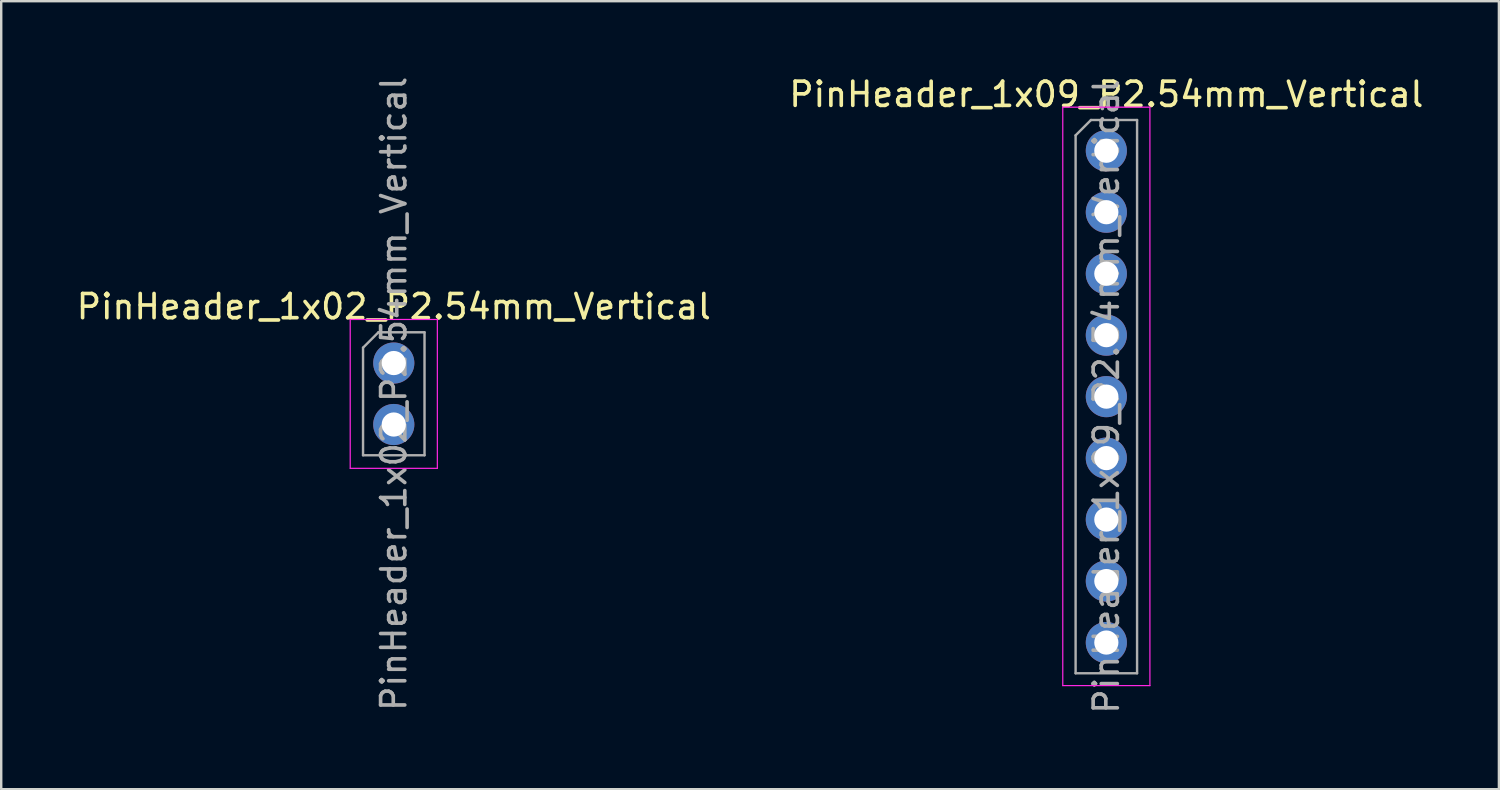
<source format=kicad_pcb>
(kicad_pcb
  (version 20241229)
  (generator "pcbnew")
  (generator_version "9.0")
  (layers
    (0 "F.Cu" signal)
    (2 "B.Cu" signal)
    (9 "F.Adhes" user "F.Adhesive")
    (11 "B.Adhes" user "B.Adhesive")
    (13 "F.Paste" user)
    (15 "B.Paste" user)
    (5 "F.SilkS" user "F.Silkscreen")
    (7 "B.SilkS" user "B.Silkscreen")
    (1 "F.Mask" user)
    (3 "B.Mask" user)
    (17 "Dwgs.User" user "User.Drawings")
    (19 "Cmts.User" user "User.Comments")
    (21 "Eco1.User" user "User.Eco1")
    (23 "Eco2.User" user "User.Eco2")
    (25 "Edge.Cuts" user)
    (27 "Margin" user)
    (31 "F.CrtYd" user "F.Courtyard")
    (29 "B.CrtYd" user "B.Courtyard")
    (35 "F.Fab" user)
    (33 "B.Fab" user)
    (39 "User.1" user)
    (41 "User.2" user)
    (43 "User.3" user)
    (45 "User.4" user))
  (footprint "PinHeader_1x02_P2.54mm_Vertical"
    (layer "F.Cu")
    (at 13.22 11.95)
    (property "Reference" "PinHeader_1x02_P2.54mm_Vertical" (at 0 -2.33 0) (layer "F.SilkS") (effects (font (size 1 1) (thickness 0.15))))
    (attr through_hole)
    (fp_line (start -1.8 -1.8) (end -1.8 4.35) (stroke (width 0.05) (type solid)) (layer "F.CrtYd"))
    (fp_line (start -1.8 4.35) (end 1.8 4.35) (stroke (width 0.05) (type solid)) (layer "F.CrtYd"))
    (fp_line (start 1.8 -1.8) (end -1.8 -1.8) (stroke (width 0.05) (type solid)) (layer "F.CrtYd"))
    (fp_line (start 1.8 4.35) (end 1.8 -1.8) (stroke (width 0.05) (type solid)) (layer "F.CrtYd"))
    (fp_line (start -1.27 -0.635) (end -0.635 -1.27) (stroke (width 0.1) (type solid)) (layer "F.Fab"))
    (fp_line (start -1.27 3.81) (end -1.27 -0.635) (stroke (width 0.1) (type solid)) (layer "F.Fab"))
    (fp_line (start -0.635 -1.27) (end 1.27 -1.27) (stroke (width 0.1) (type solid)) (layer "F.Fab"))
    (fp_line (start 1.27 -1.27) (end 1.27 3.81) (stroke (width 0.1) (type solid)) (layer "F.Fab"))
    (fp_line (start 1.27 3.81) (end -1.27 3.81) (stroke (width 0.1) (type solid)) (layer "F.Fab"))
    (fp_text user "${REFERENCE}" (at 0 1.27 90) (layer "F.Fab") (effects (font (size 1 1) (thickness 0.15))))
    (pad "1" thru_hole circle (at 0 0) (size 1.7 1.7) (drill 1) (layers "*.Cu" "*.Mask"))
    (pad "2" thru_hole oval (at 0 2.54) (size 1.7 1.7) (drill 1) (layers "*.Cu" "*.Mask")))
  (footprint "PinHeader_1x09_P2.54mm_Vertical"
    (layer "F.Cu")
    (at 42.661 3.178)
    (property "Reference" "PinHeader_1x09_P2.54mm_Vertical" (at 0 -2.33 0) (layer "F.SilkS") (effects (font (size 1 1) (thickness 0.15))))
    (attr through_hole)
    (fp_line (start -1.8 -1.8) (end -1.8 22.1) (stroke (width 0.05) (type solid)) (layer "F.CrtYd"))
    (fp_line (start -1.8 22.1) (end 1.8 22.1) (stroke (width 0.05) (type solid)) (layer "F.CrtYd"))
    (fp_line (start 1.8 -1.8) (end -1.8 -1.8) (stroke (width 0.05) (type solid)) (layer "F.CrtYd"))
    (fp_line (start 1.8 22.1) (end 1.8 -1.8) (stroke (width 0.05) (type solid)) (layer "F.CrtYd"))
    (fp_line (start -1.27 -0.635) (end -0.635 -1.27) (stroke (width 0.1) (type solid)) (layer "F.Fab"))
    (fp_line (start -1.27 21.59) (end -1.27 -0.635) (stroke (width 0.1) (type solid)) (layer "F.Fab"))
    (fp_line (start -0.635 -1.27) (end 1.27 -1.27) (stroke (width 0.1) (type solid)) (layer "F.Fab"))
    (fp_line (start 1.27 -1.27) (end 1.27 21.59) (stroke (width 0.1) (type solid)) (layer "F.Fab"))
    (fp_line (start 1.27 21.59) (end -1.27 21.59) (stroke (width 0.1) (type solid)) (layer "F.Fab"))
    (fp_text user "${REFERENCE}" (at 0 10.16 270) (layer "F.Fab") (effects (font (size 1 1) (thickness 0.15))))
    (pad "1" thru_hole circle (at 0 0) (size 1.7 1.7) (drill 1) (layers "*.Cu" "*.Mask"))
    (pad "2" thru_hole oval (at 0 2.54) (size 1.7 1.7) (drill 1) (layers "*.Cu" "*.Mask"))
    (pad "3" thru_hole oval (at 0 5.08 270) (size 1.7 1.7) (drill 1) (layers "*.Cu" "*.Mask"))
    (pad "4" thru_hole oval (at 0 7.62) (size 1.7 1.7) (drill 1) (layers "*.Cu" "*.Mask"))
    (pad "5" thru_hole oval (at 0 10.16) (size 1.7 1.7) (drill 1) (layers "*.Cu" "*.Mask"))
    (pad "6" thru_hole oval (at 0 12.7) (size 1.7 1.7) (drill 1) (layers "*.Cu" "*.Mask"))
    (pad "7" thru_hole oval (at 0 15.24) (size 1.7 1.7) (drill 1) (layers "*.Cu" "*.Mask"))
    (pad "8" thru_hole oval (at 0 17.78) (size 1.7 1.7) (drill 1) (layers "*.Cu" "*.Mask"))
    (pad "9" thru_hole oval (at 0 20.32) (size 1.7 1.7) (drill 1) (layers "*.Cu" "*.Mask")))
  (gr_rect
    (start -3 -3)
    (end 58.881 29.558)
    (stroke (width 0.1) (type default))
    (fill no)
    (layer "Edge.Cuts")))
</source>
